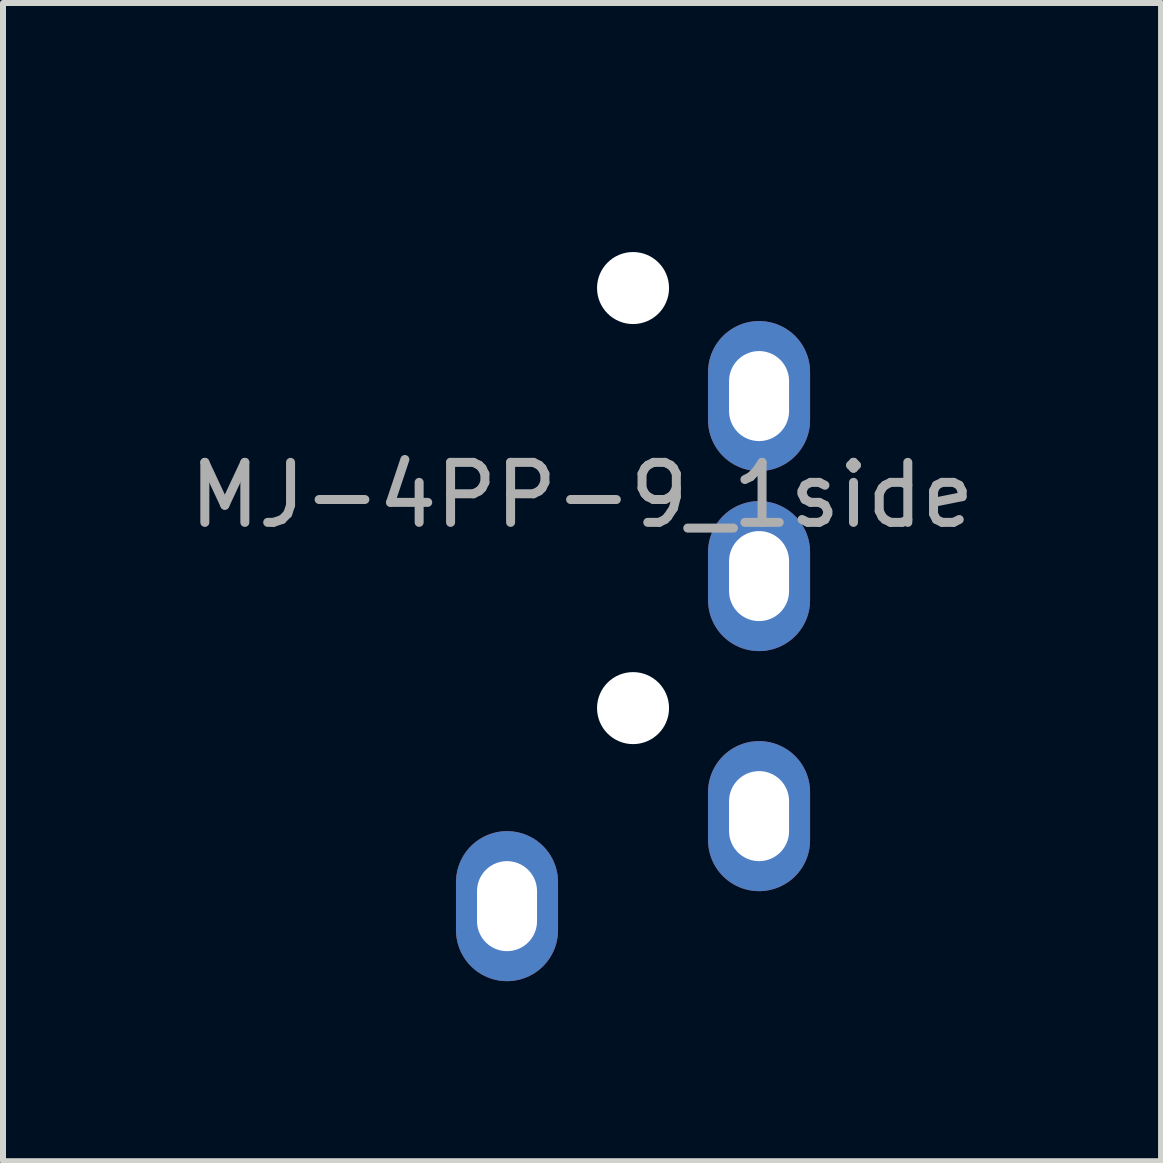
<source format=kicad_pcb>
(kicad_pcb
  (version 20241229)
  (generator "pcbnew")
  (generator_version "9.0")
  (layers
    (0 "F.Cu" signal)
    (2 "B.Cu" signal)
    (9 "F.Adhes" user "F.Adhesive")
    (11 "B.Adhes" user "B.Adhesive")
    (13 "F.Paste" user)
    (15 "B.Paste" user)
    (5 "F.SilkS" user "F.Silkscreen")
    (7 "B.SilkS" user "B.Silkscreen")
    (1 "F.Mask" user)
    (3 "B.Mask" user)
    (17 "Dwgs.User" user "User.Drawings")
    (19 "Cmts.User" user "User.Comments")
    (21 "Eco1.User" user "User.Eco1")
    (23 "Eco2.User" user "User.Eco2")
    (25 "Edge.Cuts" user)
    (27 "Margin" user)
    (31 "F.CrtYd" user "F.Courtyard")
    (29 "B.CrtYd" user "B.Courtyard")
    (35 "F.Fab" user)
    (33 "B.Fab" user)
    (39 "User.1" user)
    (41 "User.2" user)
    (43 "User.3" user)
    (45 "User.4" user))
  (footprint "MJ-4PP-9_1side"
    (layer "F.Cu")
    (at 7.499 0.25)
    (property "Reference" "MJ-4PP-9_1side" (at -0.85 4.95 0) (layer "F.Fab") (effects (font (size 1 1) (thickness 0.15))))
    (attr through_hole)
    (pad "" np_thru_hole circle (at 0 1.5) (size 1.2 1.2) (drill 1.2) (layers "*.Cu" "*.Mask"))
    (pad "" np_thru_hole circle (at 0 8.5) (size 1.2 1.2) (drill 1.2) (layers "*.Cu" "*.Mask"))
    (pad "R1" thru_hole oval (at 2.1 6.3) (size 1.7 2.5) (drill oval 1 1.5) (layers "*.Cu" "B.Mask"))
    (pad "R2" thru_hole oval (at 2.1 3.3) (size 1.7 2.5) (drill oval 1 1.5) (layers "*.Cu" "B.Mask"))
    (pad "S" thru_hole oval (at -2.1 11.8) (size 1.7 2.5) (drill oval 1 1.5) (layers "*.Cu" "B.Mask"))
    (pad "T" thru_hole oval (at 2.1 10.3) (size 1.7 2.5) (drill oval 1 1.5) (layers "*.Cu" "B.Mask")))
  (gr_rect
    (start -3 -3)
    (end 16.298 16.3)
    (stroke (width 0.1) (type default))
    (fill no)
    (layer "Edge.Cuts")))
</source>
